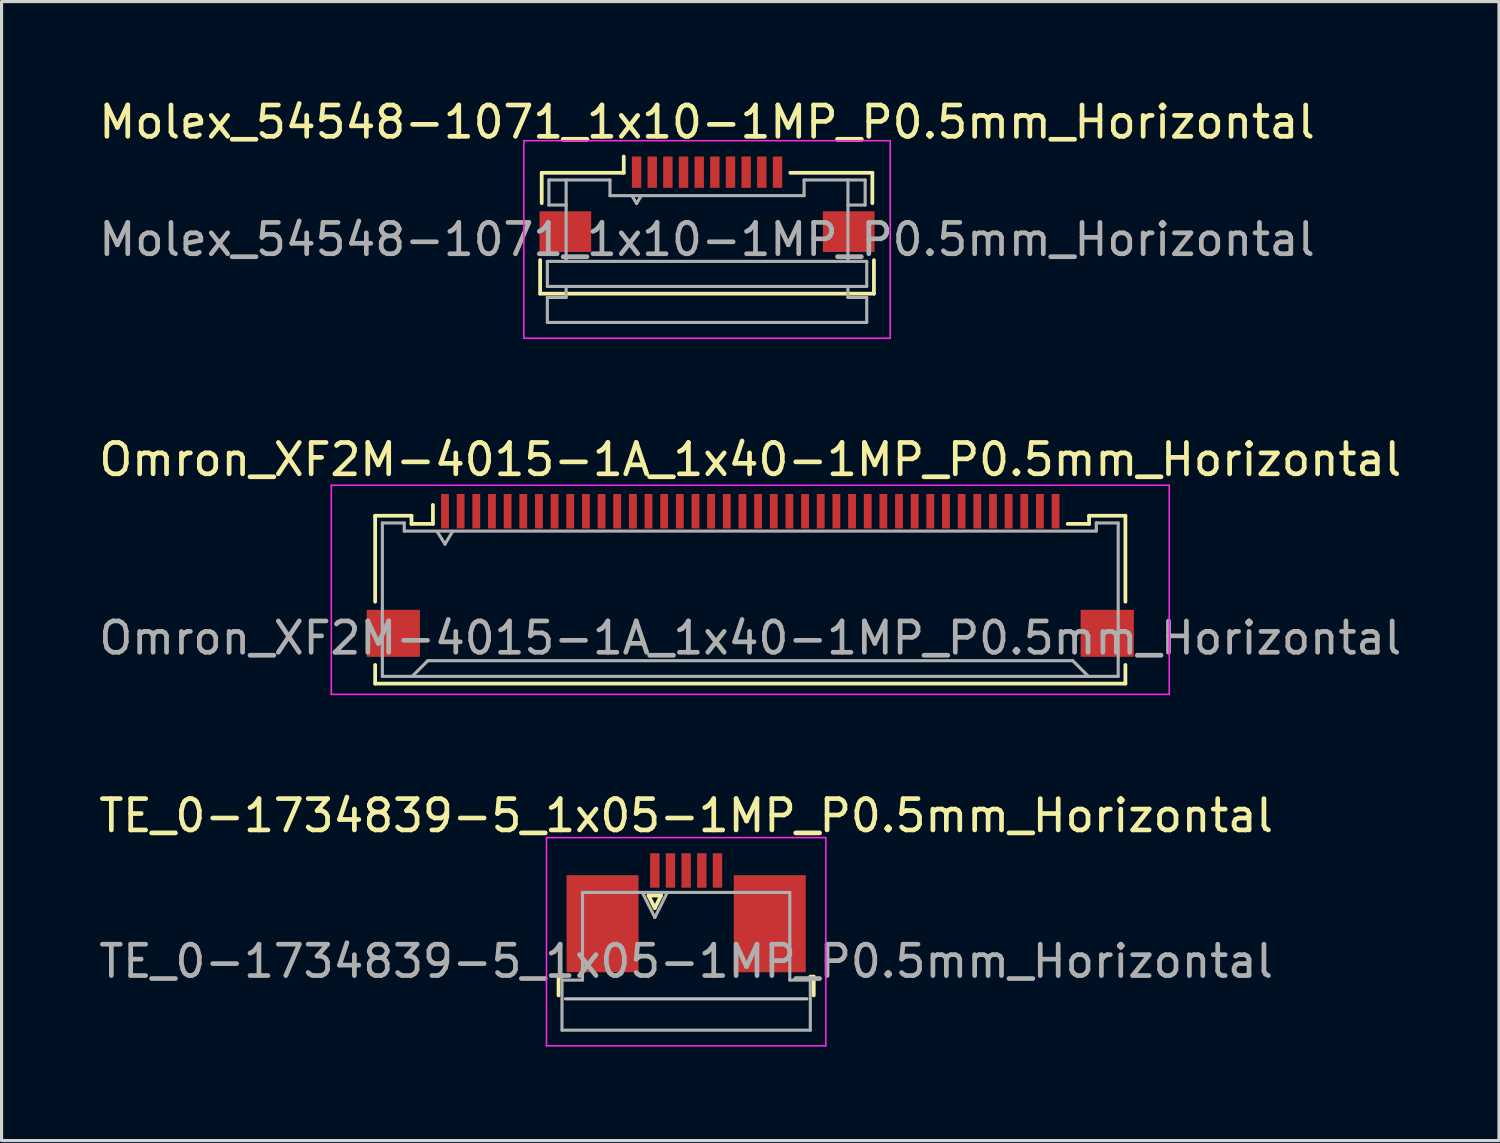
<source format=kicad_pcb>
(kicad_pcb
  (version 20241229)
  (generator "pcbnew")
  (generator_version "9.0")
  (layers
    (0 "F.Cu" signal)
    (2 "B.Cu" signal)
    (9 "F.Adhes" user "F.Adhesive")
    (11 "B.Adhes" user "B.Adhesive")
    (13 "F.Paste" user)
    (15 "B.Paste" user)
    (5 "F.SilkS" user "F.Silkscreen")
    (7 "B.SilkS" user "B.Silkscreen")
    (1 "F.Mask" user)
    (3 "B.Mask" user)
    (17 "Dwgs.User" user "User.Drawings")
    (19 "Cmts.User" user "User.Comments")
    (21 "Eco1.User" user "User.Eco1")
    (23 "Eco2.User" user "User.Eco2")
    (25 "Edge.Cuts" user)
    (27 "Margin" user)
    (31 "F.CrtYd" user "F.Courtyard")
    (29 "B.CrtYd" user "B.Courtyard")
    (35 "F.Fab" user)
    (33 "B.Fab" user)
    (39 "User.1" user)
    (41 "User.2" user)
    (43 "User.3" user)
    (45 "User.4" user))
  (footprint "Molex_54548-1071_1x10-1MP_P0.5mm_Horizontal"
    (layer "F.Cu")
    (at 19.53 3.473)
    (property "Reference" "Molex_54548-1071_1x10-1MP_P0.5mm_Horizontal" (at 0 -2.625 0) (layer "F.SilkS") (effects (font (size 1 1) (thickness 0.15))))
    (attr smd)
    (fp_line (start -5.33 1.785) (end -5.33 2.855) (stroke (width 0.12) (type solid)) (layer "F.SilkS"))
    (fp_line (start -5.33 2.855) (end 5.33 2.855) (stroke (width 0.12) (type solid)) (layer "F.SilkS"))
    (fp_line (start -5.28 -1.005) (end -5.28 -0.035) (stroke (width 0.12) (type solid)) (layer "F.SilkS"))
    (fp_line (start -2.66 -1.525) (end -2.66 -1.005) (stroke (width 0.12) (type solid)) (layer "F.SilkS"))
    (fp_line (start -2.66 -1.005) (end -5.28 -1.005) (stroke (width 0.12) (type solid)) (layer "F.SilkS"))
    (fp_line (start 5.28 -1.005) (end 2.66 -1.005) (stroke (width 0.12) (type solid)) (layer "F.SilkS"))
    (fp_line (start 5.28 -0.035) (end 5.28 -1.005) (stroke (width 0.12) (type solid)) (layer "F.SilkS"))
    (fp_line (start 5.33 2.855) (end 5.33 1.785) (stroke (width 0.12) (type solid)) (layer "F.SilkS"))
    (fp_line (start -5.85 -2.03) (end 5.85 -2.03) (stroke (width 0.05) (type solid)) (layer "F.CrtYd"))
    (fp_line (start -5.85 4.28) (end -5.85 -2.03) (stroke (width 0.05) (type solid)) (layer "F.CrtYd"))
    (fp_line (start 5.85 -2.03) (end 5.85 4.28) (stroke (width 0.05) (type solid)) (layer "F.CrtYd"))
    (fp_line (start 5.85 4.28) (end -5.85 4.28) (stroke (width 0.05) (type solid)) (layer "F.CrtYd"))
    (fp_line (start -5.1 1.825) (end -5.1 2.625) (stroke (width 0.1) (type solid)) (layer "F.Fab"))
    (fp_line (start -5.1 2.625) (end 5.1 2.625) (stroke (width 0.1) (type solid)) (layer "F.Fab"))
    (fp_line (start -5.1 2.975) (end -5.1 3.775) (stroke (width 0.1) (type solid)) (layer "F.Fab"))
    (fp_line (start -5.1 3.775) (end 5.1 3.775) (stroke (width 0.1) (type solid)) (layer "F.Fab"))
    (fp_line (start -5.05 -0.775) (end -5.05 0.025) (stroke (width 0.1) (type solid)) (layer "F.Fab"))
    (fp_line (start -5.05 -0.775) (end -3.1 -0.775) (stroke (width 0.1) (type solid)) (layer "F.Fab"))
    (fp_line (start -5.05 0.025) (end -4.5 0.025) (stroke (width 0.1) (type solid)) (layer "F.Fab"))
    (fp_line (start -4.5 1.825) (end -4.5 -0.775) (stroke (width 0.1) (type solid)) (layer "F.Fab"))
    (fp_line (start -4.5 2.625) (end -4.5 2.975) (stroke (width 0.1) (type solid)) (layer "F.Fab"))
    (fp_line (start -4.5 2.975) (end -5.1 2.975) (stroke (width 0.1) (type solid)) (layer "F.Fab"))
    (fp_line (start -3.1 -0.775) (end -3.1 -0.275) (stroke (width 0.1) (type solid)) (layer "F.Fab"))
    (fp_line (start -3.1 -0.275) (end 3.1 -0.275) (stroke (width 0.1) (type solid)) (layer "F.Fab"))
    (fp_line (start -2.4 -0.275) (end -2.25 -0.025) (stroke (width 0.1) (type solid)) (layer "F.Fab"))
    (fp_line (start -2.25 -0.025) (end -2.1 -0.275) (stroke (width 0.1) (type solid)) (layer "F.Fab"))
    (fp_line (start 3.1 -0.775) (end 5.05 -0.775) (stroke (width 0.1) (type solid)) (layer "F.Fab"))
    (fp_line (start 3.1 -0.275) (end 3.1 -0.775) (stroke (width 0.1) (type solid)) (layer "F.Fab"))
    (fp_line (start 4.5 -0.775) (end 4.5 1.825) (stroke (width 0.1) (type solid)) (layer "F.Fab"))
    (fp_line (start 4.5 2.975) (end 4.5 2.625) (stroke (width 0.1) (type solid)) (layer "F.Fab"))
    (fp_line (start 5.05 -0.775) (end 5.05 0.025) (stroke (width 0.1) (type solid)) (layer "F.Fab"))
    (fp_line (start 5.05 0.025) (end 4.5 0.025) (stroke (width 0.1) (type solid)) (layer "F.Fab"))
    (fp_line (start 5.1 1.825) (end -5.1 1.825) (stroke (width 0.1) (type solid)) (layer "F.Fab"))
    (fp_line (start 5.1 2.625) (end 5.1 1.825) (stroke (width 0.1) (type solid)) (layer "F.Fab"))
    (fp_line (start 5.1 2.975) (end 4.5 2.975) (stroke (width 0.1) (type solid)) (layer "F.Fab"))
    (fp_line (start 5.1 3.775) (end 5.1 2.975) (stroke (width 0.1) (type solid)) (layer "F.Fab"))
    (fp_text user "${REFERENCE}" (at 0 1.125 0) (layer "F.Fab") (effects (font (size 1 1) (thickness 0.15))))
    (pad "1" smd rect (at -2.25 -1.025) (size 0.3 1) (layers "F.Cu" "F.Mask" "F.Paste"))
    (pad "2" smd rect (at -1.75 -1.025) (size 0.3 1) (layers "F.Cu" "F.Mask" "F.Paste"))
    (pad "3" smd rect (at -1.25 -1.025) (size 0.3 1) (layers "F.Cu" "F.Mask" "F.Paste"))
    (pad "4" smd rect (at -0.75 -1.025) (size 0.3 1) (layers "F.Cu" "F.Mask" "F.Paste"))
    (pad "5" smd rect (at -0.25 -1.025) (size 0.3 1) (layers "F.Cu" "F.Mask" "F.Paste"))
    (pad "6" smd rect (at 0.25 -1.025) (size 0.3 1) (layers "F.Cu" "F.Mask" "F.Paste"))
    (pad "7" smd rect (at 0.75 -1.025) (size 0.3 1) (layers "F.Cu" "F.Mask" "F.Paste"))
    (pad "8" smd rect (at 1.25 -1.025) (size 0.3 1) (layers "F.Cu" "F.Mask" "F.Paste"))
    (pad "9" smd rect (at 1.75 -1.025) (size 0.3 1) (layers "F.Cu" "F.Mask" "F.Paste"))
    (pad "10" smd rect (at 2.25 -1.025) (size 0.3 1) (layers "F.Cu" "F.Mask" "F.Paste"))
    (pad "MP" smd rect (at -4.525 0.875) (size 1.65 1.3) (layers "F.Cu" "F.Mask" "F.Paste"))
    (pad "MP" smd rect (at 4.525 0.875) (size 1.65 1.3) (layers "F.Cu" "F.Mask" "F.Paste")))
  (footprint "TE_0-1734839-5_1x05-1MP_P0.5mm_Horizontal"
    (layer "F.Cu")
    (at 18.863 26.1)
    (property "Reference" "TE_0-1734839-5_1x05-1MP_P0.5mm_Horizontal" (at 0 -3.1 0) (layer "F.SilkS") (effects (font (size 1 1) (thickness 0.15))))
    (attr smd)
    (fp_line (start -4.075 2.04) (end -4.075 2.64) (stroke (width 0.12) (type solid)) (layer "F.SilkS"))
    (fp_line (start -3.965 2.04) (end -4.075 2.04) (stroke (width 0.12) (type solid)) (layer "F.SilkS"))
    (fp_line (start -1.2 -0.55) (end -1 -0.15) (stroke (width 0.12) (type solid)) (layer "F.SilkS"))
    (fp_line (start -1 -0.15) (end -0.8 -0.55) (stroke (width 0.12) (type solid)) (layer "F.SilkS"))
    (fp_line (start -0.8 -0.55) (end -1.2 -0.55) (stroke (width 0.12) (type solid)) (layer "F.SilkS"))
    (fp_line (start 3.965 2.04) (end 4.075 2.04) (stroke (width 0.12) (type solid)) (layer "F.SilkS"))
    (fp_line (start 4.075 2.04) (end 4.075 2.64) (stroke (width 0.12) (type solid)) (layer "F.SilkS"))
    (fp_line (start 3.855 2.75) (end -3.855 2.75) (stroke (width 0.1) (type solid)) (layer "Dwgs.User"))
    (fp_line (start -4.46 -2.4) (end -4.46 4.25) (stroke (width 0.05) (type solid)) (layer "F.CrtYd"))
    (fp_line (start -4.46 4.25) (end 4.46 4.25) (stroke (width 0.05) (type solid)) (layer "F.CrtYd"))
    (fp_line (start 4.46 -2.4) (end -4.46 -2.4) (stroke (width 0.05) (type solid)) (layer "F.CrtYd"))
    (fp_line (start 4.46 4.25) (end 4.46 -2.4) (stroke (width 0.05) (type solid)) (layer "F.CrtYd"))
    (fp_line (start -3.965 2.15) (end -3.31 2.15) (stroke (width 0.1) (type solid)) (layer "F.Fab"))
    (fp_line (start -3.965 3.75) (end -3.965 2.15) (stroke (width 0.1) (type solid)) (layer "F.Fab"))
    (fp_line (start -3.31 -0.65) (end 3.31 -0.65) (stroke (width 0.1) (type solid)) (layer "F.Fab"))
    (fp_line (start -3.31 2.15) (end -3.31 -0.65) (stroke (width 0.1) (type solid)) (layer "F.Fab"))
    (fp_line (start -1.4 -0.65) (end -1 0.15) (stroke (width 0.1) (type solid)) (layer "F.Fab"))
    (fp_line (start -1 0.15) (end -0.6 -0.65) (stroke (width 0.1) (type solid)) (layer "F.Fab"))
    (fp_line (start 3.31 -0.65) (end 3.31 2.15) (stroke (width 0.1) (type solid)) (layer "F.Fab"))
    (fp_line (start 3.31 2.15) (end 3.965 2.15) (stroke (width 0.1) (type solid)) (layer "F.Fab"))
    (fp_line (start 3.965 2.15) (end 3.965 3.75) (stroke (width 0.1) (type solid)) (layer "F.Fab"))
    (fp_line (start 3.965 3.75) (end -3.965 3.75) (stroke (width 0.1) (type solid)) (layer "F.Fab"))
    (fp_text user "${REFERENCE}" (at 0 1.55 0) (layer "F.Fab") (effects (font (size 1 1) (thickness 0.15))))
    (pad "1" smd rect (at -1 -1.35) (size 0.3 1.1) (layers "F.Cu" "F.Mask" "F.Paste"))
    (pad "2" smd rect (at -0.5 -1.35) (size 0.3 1.1) (layers "F.Cu" "F.Mask" "F.Paste"))
    (pad "3" smd rect (at 0 -1.35) (size 0.3 1.1) (layers "F.Cu" "F.Mask" "F.Paste"))
    (pad "4" smd rect (at 0.5 -1.35) (size 0.3 1.1) (layers "F.Cu" "F.Mask" "F.Paste"))
    (pad "5" smd rect (at 1 -1.35) (size 0.3 1.1) (layers "F.Cu" "F.Mask" "F.Paste"))
    (pad "MP" smd rect (at -2.67 0.35) (size 2.3 3.1) (layers "F.Cu" "F.Mask" "F.Paste"))
    (pad "MP" smd rect (at 2.67 0.35) (size 2.3 3.1) (layers "F.Cu" "F.Mask" "F.Paste")))
  (footprint "Omron_XF2M-4015-1A_1x40-1MP_P0.5mm_Horizontal"
    (layer "F.Cu")
    (at 20.911 15.326)
    (property "Reference" "Omron_XF2M-4015-1A_1x40-1MP_P0.5mm_Horizontal" (at 0 -3.7 0) (layer "F.SilkS") (effects (font (size 1 1) (thickness 0.15))))
    (attr smd)
    (fp_line (start -11.98 -1.905) (end -11.98 0.84) (stroke (width 0.12) (type solid)) (layer "F.SilkS"))
    (fp_line (start -11.98 2.86) (end -11.98 3.455) (stroke (width 0.12) (type solid)) (layer "F.SilkS"))
    (fp_line (start -11.98 3.455) (end 11.98 3.455) (stroke (width 0.12) (type solid)) (layer "F.SilkS"))
    (fp_line (start -10.82 -1.905) (end -11.98 -1.905) (stroke (width 0.12) (type solid)) (layer "F.SilkS"))
    (fp_line (start -10.82 -1.645) (end -10.82 -1.905) (stroke (width 0.12) (type solid)) (layer "F.SilkS"))
    (fp_line (start -10.135 -1.645) (end -10.82 -1.645) (stroke (width 0.12) (type solid)) (layer "F.SilkS"))
    (fp_line (start -10.135 -1.645) (end -10.135 -2.25) (stroke (width 0.12) (type solid)) (layer "F.SilkS"))
    (fp_line (start 10.82 -1.905) (end 10.82 -1.645) (stroke (width 0.12) (type solid)) (layer "F.SilkS"))
    (fp_line (start 10.82 -1.645) (end 10.135 -1.645) (stroke (width 0.12) (type solid)) (layer "F.SilkS"))
    (fp_line (start 11.98 -1.905) (end 10.82 -1.905) (stroke (width 0.12) (type solid)) (layer "F.SilkS"))
    (fp_line (start 11.98 0.84) (end 11.98 -1.905) (stroke (width 0.12) (type solid)) (layer "F.SilkS"))
    (fp_line (start 11.98 3.455) (end 11.98 2.86) (stroke (width 0.12) (type solid)) (layer "F.SilkS"))
    (fp_line (start -13.38 -2.88) (end 13.38 -2.88) (stroke (width 0.05) (type solid)) (layer "F.CrtYd"))
    (fp_line (start -13.38 3.8) (end -13.38 -2.88) (stroke (width 0.05) (type solid)) (layer "F.CrtYd"))
    (fp_line (start 13.38 -2.88) (end 13.38 3.8) (stroke (width 0.05) (type solid)) (layer "F.CrtYd"))
    (fp_line (start 13.38 3.8) (end -13.38 3.8) (stroke (width 0.05) (type solid)) (layer "F.CrtYd"))
    (fp_line (start -11.75 -1.675) (end -11.75 3.225) (stroke (width 0.1) (type solid)) (layer "F.Fab"))
    (fp_line (start -11.75 3.225) (end 11.75 3.225) (stroke (width 0.1) (type solid)) (layer "F.Fab"))
    (fp_line (start -11.05 -1.675) (end -11.75 -1.675) (stroke (width 0.1) (type solid)) (layer "F.Fab"))
    (fp_line (start -11.05 -1.675) (end -11.05 -1.415) (stroke (width 0.1) (type solid)) (layer "F.Fab"))
    (fp_line (start -10.3 2.725) (end -10.8 3.225) (stroke (width 0.1) (type solid)) (layer "F.Fab"))
    (fp_line (start -10.3 2.725) (end 10.3 2.725) (stroke (width 0.1) (type solid)) (layer "F.Fab"))
    (fp_line (start -9.75 -1) (end -10 -1.4) (stroke (width 0.1) (type solid)) (layer "F.Fab"))
    (fp_line (start -9.5 -1.415) (end -9.75 -1) (stroke (width 0.1) (type solid)) (layer "F.Fab"))
    (fp_line (start 10.3 2.725) (end 10.8 3.225) (stroke (width 0.1) (type solid)) (layer "F.Fab"))
    (fp_line (start 11.05 -1.675) (end 11.05 -1.415) (stroke (width 0.1) (type solid)) (layer "F.Fab"))
    (fp_line (start 11.05 -1.675) (end 11.75 -1.675) (stroke (width 0.1) (type solid)) (layer "F.Fab"))
    (fp_line (start 11.05 -1.415) (end -11.05 -1.415) (stroke (width 0.1) (type solid)) (layer "F.Fab"))
    (fp_line (start 11.75 3.225) (end 11.75 -1.675) (stroke (width 0.1) (type solid)) (layer "F.Fab"))
    (fp_text user "${REFERENCE}" (at 0 2 0) (layer "F.Fab") (effects (font (size 1 1) (thickness 0.15))))
    (pad "1" smd rect (at -9.75 -2.05) (size 0.25 1.1) (layers "F.Cu" "F.Mask" "F.Paste"))
    (pad "2" smd rect (at -9.25 -2.05) (size 0.25 1.1) (layers "F.Cu" "F.Mask" "F.Paste"))
    (pad "3" smd rect (at -8.75 -2.05) (size 0.25 1.1) (layers "F.Cu" "F.Mask" "F.Paste"))
    (pad "4" smd rect (at -8.25 -2.05) (size 0.25 1.1) (layers "F.Cu" "F.Mask" "F.Paste"))
    (pad "5" smd rect (at -7.75 -2.05) (size 0.25 1.1) (layers "F.Cu" "F.Mask" "F.Paste"))
    (pad "6" smd rect (at -7.25 -2.05) (size 0.25 1.1) (layers "F.Cu" "F.Mask" "F.Paste"))
    (pad "7" smd rect (at -6.75 -2.05) (size 0.25 1.1) (layers "F.Cu" "F.Mask" "F.Paste"))
    (pad "8" smd rect (at -6.25 -2.05) (size 0.25 1.1) (layers "F.Cu" "F.Mask" "F.Paste"))
    (pad "9" smd rect (at -5.75 -2.05) (size 0.25 1.1) (layers "F.Cu" "F.Mask" "F.Paste"))
    (pad "10" smd rect (at -5.25 -2.05) (size 0.25 1.1) (layers "F.Cu" "F.Mask" "F.Paste"))
    (pad "11" smd rect (at -4.75 -2.05) (size 0.25 1.1) (layers "F.Cu" "F.Mask" "F.Paste"))
    (pad "12" smd rect (at -4.25 -2.05) (size 0.25 1.1) (layers "F.Cu" "F.Mask" "F.Paste"))
    (pad "13" smd rect (at -3.75 -2.05) (size 0.25 1.1) (layers "F.Cu" "F.Mask" "F.Paste"))
    (pad "14" smd rect (at -3.25 -2.05) (size 0.25 1.1) (layers "F.Cu" "F.Mask" "F.Paste"))
    (pad "15" smd rect (at -2.75 -2.05) (size 0.25 1.1) (layers "F.Cu" "F.Mask" "F.Paste"))
    (pad "16" smd rect (at -2.25 -2.05) (size 0.25 1.1) (layers "F.Cu" "F.Mask" "F.Paste"))
    (pad "17" smd rect (at -1.75 -2.05) (size 0.25 1.1) (layers "F.Cu" "F.Mask" "F.Paste"))
    (pad "18" smd rect (at -1.25 -2.05) (size 0.25 1.1) (layers "F.Cu" "F.Mask" "F.Paste"))
    (pad "19" smd rect (at -0.75 -2.05) (size 0.25 1.1) (layers "F.Cu" "F.Mask" "F.Paste"))
    (pad "20" smd rect (at -0.25 -2.05) (size 0.25 1.1) (layers "F.Cu" "F.Mask" "F.Paste"))
    (pad "21" smd rect (at 0.25 -2.05) (size 0.25 1.1) (layers "F.Cu" "F.Mask" "F.Paste"))
    (pad "22" smd rect (at 0.75 -2.05) (size 0.25 1.1) (layers "F.Cu" "F.Mask" "F.Paste"))
    (pad "23" smd rect (at 1.25 -2.05) (size 0.25 1.1) (layers "F.Cu" "F.Mask" "F.Paste"))
    (pad "24" smd rect (at 1.75 -2.05) (size 0.25 1.1) (layers "F.Cu" "F.Mask" "F.Paste"))
    (pad "25" smd rect (at 2.25 -2.05) (size 0.25 1.1) (layers "F.Cu" "F.Mask" "F.Paste"))
    (pad "26" smd rect (at 2.75 -2.05) (size 0.25 1.1) (layers "F.Cu" "F.Mask" "F.Paste"))
    (pad "27" smd rect (at 3.25 -2.05) (size 0.25 1.1) (layers "F.Cu" "F.Mask" "F.Paste"))
    (pad "28" smd rect (at 3.75 -2.05) (size 0.25 1.1) (layers "F.Cu" "F.Mask" "F.Paste"))
    (pad "29" smd rect (at 4.25 -2.05) (size 0.25 1.1) (layers "F.Cu" "F.Mask" "F.Paste"))
    (pad "30" smd rect (at 4.75 -2.05) (size 0.25 1.1) (layers "F.Cu" "F.Mask" "F.Paste"))
    (pad "31" smd rect (at 5.25 -2.05) (size 0.25 1.1) (layers "F.Cu" "F.Mask" "F.Paste"))
    (pad "32" smd rect (at 5.75 -2.05) (size 0.25 1.1) (layers "F.Cu" "F.Mask" "F.Paste"))
    (pad "33" smd rect (at 6.25 -2.05) (size 0.25 1.1) (layers "F.Cu" "F.Mask" "F.Paste"))
    (pad "34" smd rect (at 6.75 -2.05) (size 0.25 1.1) (layers "F.Cu" "F.Mask" "F.Paste"))
    (pad "35" smd rect (at 7.25 -2.05) (size 0.25 1.1) (layers "F.Cu" "F.Mask" "F.Paste"))
    (pad "36" smd rect (at 7.75 -2.05) (size 0.25 1.1) (layers "F.Cu" "F.Mask" "F.Paste"))
    (pad "37" smd rect (at 8.25 -2.05) (size 0.25 1.1) (layers "F.Cu" "F.Mask" "F.Paste"))
    (pad "38" smd rect (at 8.75 -2.05) (size 0.25 1.1) (layers "F.Cu" "F.Mask" "F.Paste"))
    (pad "39" smd rect (at 9.25 -2.05) (size 0.25 1.1) (layers "F.Cu" "F.Mask" "F.Paste"))
    (pad "40" smd rect (at 9.75 -2.05) (size 0.25 1.1) (layers "F.Cu" "F.Mask" "F.Paste"))
    (pad "MP" smd rect (at -11.4 1.85) (size 1.7 1.5) (layers "F.Cu" "F.Mask" "F.Paste"))
    (pad "MP" smd rect (at 11.4 1.85) (size 1.7 1.5) (layers "F.Cu" "F.Mask" "F.Paste")))
  (gr_rect
    (start -3 -3)
    (end 44.821 33.375)
    (stroke (width 0.1) (type default))
    (fill no)
    (layer "Edge.Cuts")))
</source>
